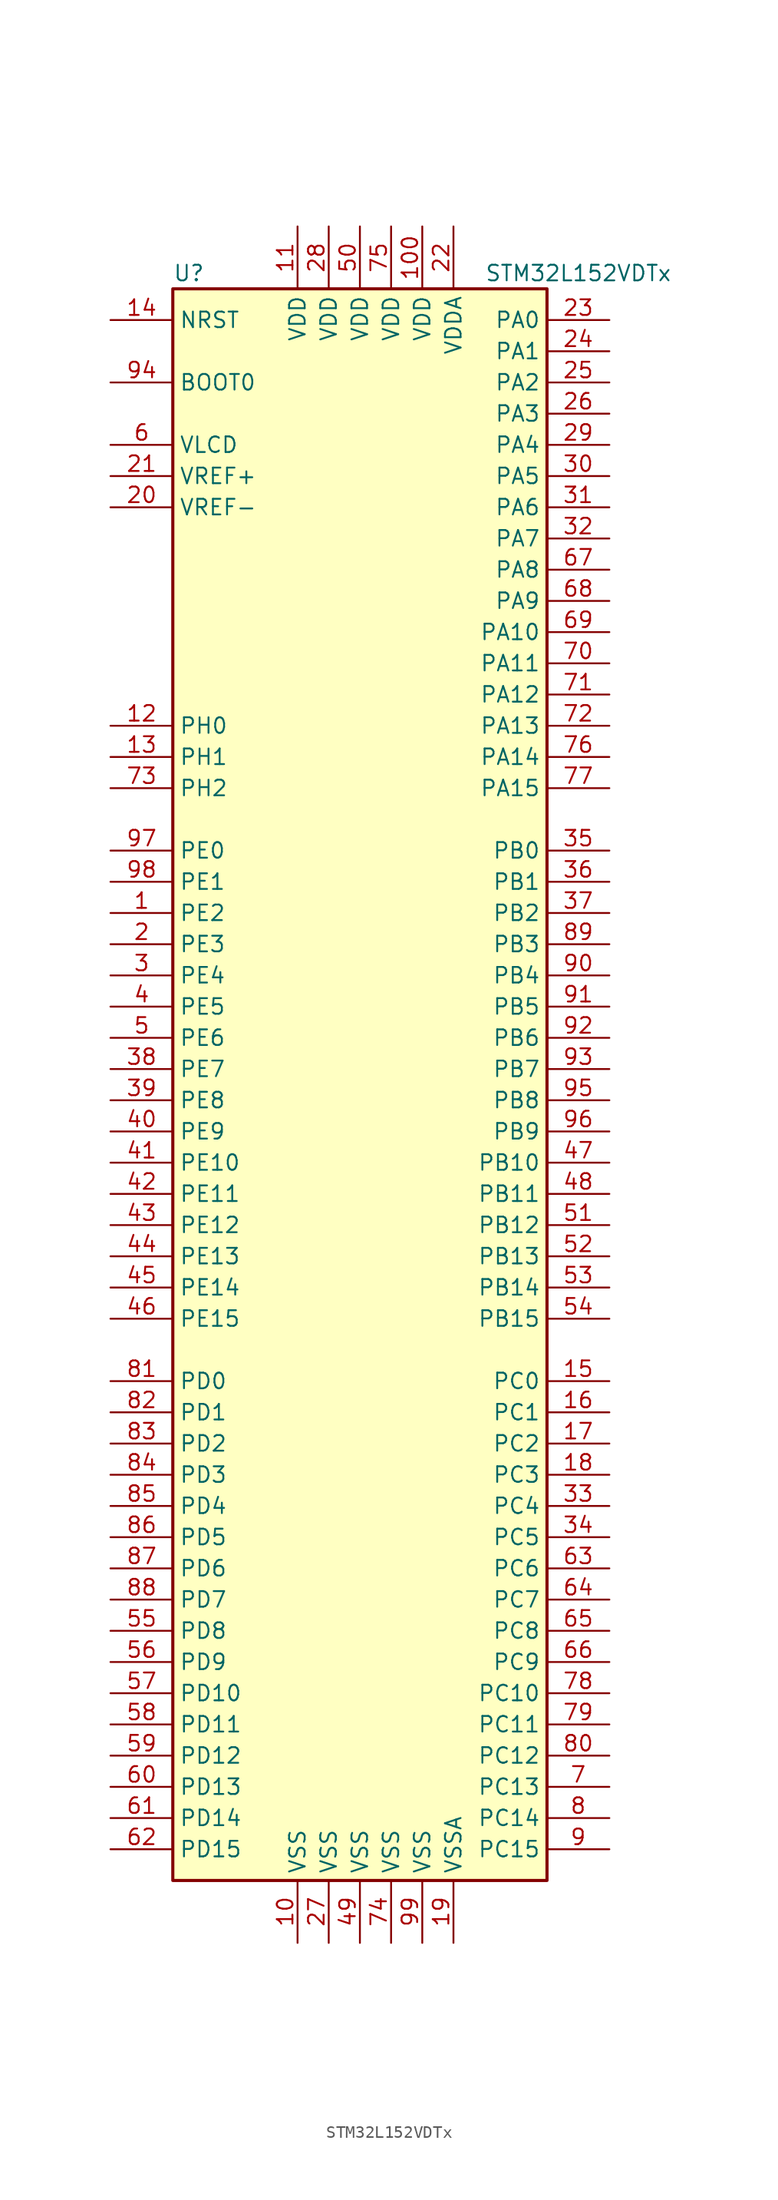
<source format=kicad_sym>
(kicad_symbol_lib
  (version 20211014)
  (generator kicad_symbol_editor)
  (symbol "STM32L152VDTx"
    (property "Reference" "U"
      (at -15.24 64.77 0)
      (effects (font (size 1.27 1.27)) (justify left)))
    (property "Value" "STM32L152VDTx"
      (at 10.16 64.77 0)
      (effects (font (size 1.27 1.27)) (justify left)))
    (symbol "STM32L152VDTx_0_1"
      (rectangle (start -15.24 -66.04) (end 15.24 63.5) (stroke (width 0.254) (type default) (color 0 0 0 0)) (fill (type background))))
    (symbol "STM32L152VDTx_1_1"
      (pin bidirectional line (at -20.32 12.7 0) (length 5.08) (name "PE2" (effects (font (size 1.27 1.27)))) (number "1" (effects (font (size 1.27 1.27)))))
      (pin power_in line (at -5.08 -71.12 90) (length 5.08) (name "VSS" (effects (font (size 1.27 1.27)))) (number "10" (effects (font (size 1.27 1.27)))))
      (pin power_in line (at 5.08 68.58 270) (length 5.08) (name "VDD" (effects (font (size 1.27 1.27)))) (number "100" (effects (font (size 1.27 1.27)))))
      (pin power_in line (at -5.08 68.58 270) (length 5.08) (name "VDD" (effects (font (size 1.27 1.27)))) (number "11" (effects (font (size 1.27 1.27)))))
      (pin input line (at -20.32 27.94 0) (length 5.08) (name "PH0" (effects (font (size 1.27 1.27)))) (number "12" (effects (font (size 1.27 1.27)))))
      (pin input line (at -20.32 25.4 0) (length 5.08) (name "PH1" (effects (font (size 1.27 1.27)))) (number "13" (effects (font (size 1.27 1.27)))))
      (pin input line (at -20.32 60.96 0) (length 5.08) (name "NRST" (effects (font (size 1.27 1.27)))) (number "14" (effects (font (size 1.27 1.27)))))
      (pin bidirectional line (at 20.32 -25.4 180) (length 5.08) (name "PC0" (effects (font (size 1.27 1.27)))) (number "15" (effects (font (size 1.27 1.27)))))
      (pin bidirectional line (at 20.32 -27.94 180) (length 5.08) (name "PC1" (effects (font (size 1.27 1.27)))) (number "16" (effects (font (size 1.27 1.27)))))
      (pin bidirectional line (at 20.32 -30.48 180) (length 5.08) (name "PC2" (effects (font (size 1.27 1.27)))) (number "17" (effects (font (size 1.27 1.27)))))
      (pin bidirectional line (at 20.32 -33.02 180) (length 5.08) (name "PC3" (effects (font (size 1.27 1.27)))) (number "18" (effects (font (size 1.27 1.27)))))
      (pin power_in line (at 7.62 -71.12 90) (length 5.08) (name "VSSA" (effects (font (size 1.27 1.27)))) (number "19" (effects (font (size 1.27 1.27)))))
      (pin bidirectional line (at -20.32 10.16 0) (length 5.08) (name "PE3" (effects (font (size 1.27 1.27)))) (number "2" (effects (font (size 1.27 1.27)))))
      (pin power_in line (at -20.32 45.72 0) (length 5.08) (name "VREF-" (effects (font (size 1.27 1.27)))) (number "20" (effects (font (size 1.27 1.27)))))
      (pin power_in line (at -20.32 48.26 0) (length 5.08) (name "VREF+" (effects (font (size 1.27 1.27)))) (number "21" (effects (font (size 1.27 1.27)))))
      (pin power_in line (at 7.62 68.58 270) (length 5.08) (name "VDDA" (effects (font (size 1.27 1.27)))) (number "22" (effects (font (size 1.27 1.27)))))
      (pin bidirectional line (at 20.32 60.96 180) (length 5.08) (name "PA0" (effects (font (size 1.27 1.27)))) (number "23" (effects (font (size 1.27 1.27)))))
      (pin bidirectional line (at 20.32 58.42 180) (length 5.08) (name "PA1" (effects (font (size 1.27 1.27)))) (number "24" (effects (font (size 1.27 1.27)))))
      (pin bidirectional line (at 20.32 55.88 180) (length 5.08) (name "PA2" (effects (font (size 1.27 1.27)))) (number "25" (effects (font (size 1.27 1.27)))))
      (pin bidirectional line (at 20.32 53.34 180) (length 5.08) (name "PA3" (effects (font (size 1.27 1.27)))) (number "26" (effects (font (size 1.27 1.27)))))
      (pin power_in line (at -2.54 -71.12 90) (length 5.08) (name "VSS" (effects (font (size 1.27 1.27)))) (number "27" (effects (font (size 1.27 1.27)))))
      (pin power_in line (at -2.54 68.58 270) (length 5.08) (name "VDD" (effects (font (size 1.27 1.27)))) (number "28" (effects (font (size 1.27 1.27)))))
      (pin bidirectional line (at 20.32 50.8 180) (length 5.08) (name "PA4" (effects (font (size 1.27 1.27)))) (number "29" (effects (font (size 1.27 1.27)))))
      (pin bidirectional line (at -20.32 7.62 0) (length 5.08) (name "PE4" (effects (font (size 1.27 1.27)))) (number "3" (effects (font (size 1.27 1.27)))))
      (pin bidirectional line (at 20.32 48.26 180) (length 5.08) (name "PA5" (effects (font (size 1.27 1.27)))) (number "30" (effects (font (size 1.27 1.27)))))
      (pin bidirectional line (at 20.32 45.72 180) (length 5.08) (name "PA6" (effects (font (size 1.27 1.27)))) (number "31" (effects (font (size 1.27 1.27)))))
      (pin bidirectional line (at 20.32 43.18 180) (length 5.08) (name "PA7" (effects (font (size 1.27 1.27)))) (number "32" (effects (font (size 1.27 1.27)))))
      (pin bidirectional line (at 20.32 -35.56 180) (length 5.08) (name "PC4" (effects (font (size 1.27 1.27)))) (number "33" (effects (font (size 1.27 1.27)))))
      (pin bidirectional line (at 20.32 -38.1 180) (length 5.08) (name "PC5" (effects (font (size 1.27 1.27)))) (number "34" (effects (font (size 1.27 1.27)))))
      (pin bidirectional line (at 20.32 17.78 180) (length 5.08) (name "PB0" (effects (font (size 1.27 1.27)))) (number "35" (effects (font (size 1.27 1.27)))))
      (pin bidirectional line (at 20.32 15.24 180) (length 5.08) (name "PB1" (effects (font (size 1.27 1.27)))) (number "36" (effects (font (size 1.27 1.27)))))
      (pin bidirectional line (at 20.32 12.7 180) (length 5.08) (name "PB2" (effects (font (size 1.27 1.27)))) (number "37" (effects (font (size 1.27 1.27)))))
      (pin bidirectional line (at -20.32 0 0) (length 5.08) (name "PE7" (effects (font (size 1.27 1.27)))) (number "38" (effects (font (size 1.27 1.27)))))
      (pin bidirectional line (at -20.32 -2.54 0) (length 5.08) (name "PE8" (effects (font (size 1.27 1.27)))) (number "39" (effects (font (size 1.27 1.27)))))
      (pin bidirectional line (at -20.32 5.08 0) (length 5.08) (name "PE5" (effects (font (size 1.27 1.27)))) (number "4" (effects (font (size 1.27 1.27)))))
      (pin bidirectional line (at -20.32 -5.08 0) (length 5.08) (name "PE9" (effects (font (size 1.27 1.27)))) (number "40" (effects (font (size 1.27 1.27)))))
      (pin bidirectional line (at -20.32 -7.62 0) (length 5.08) (name "PE10" (effects (font (size 1.27 1.27)))) (number "41" (effects (font (size 1.27 1.27)))))
      (pin bidirectional line (at -20.32 -10.16 0) (length 5.08) (name "PE11" (effects (font (size 1.27 1.27)))) (number "42" (effects (font (size 1.27 1.27)))))
      (pin bidirectional line (at -20.32 -12.7 0) (length 5.08) (name "PE12" (effects (font (size 1.27 1.27)))) (number "43" (effects (font (size 1.27 1.27)))))
      (pin bidirectional line (at -20.32 -15.24 0) (length 5.08) (name "PE13" (effects (font (size 1.27 1.27)))) (number "44" (effects (font (size 1.27 1.27)))))
      (pin bidirectional line (at -20.32 -17.78 0) (length 5.08) (name "PE14" (effects (font (size 1.27 1.27)))) (number "45" (effects (font (size 1.27 1.27)))))
      (pin bidirectional line (at -20.32 -20.32 0) (length 5.08) (name "PE15" (effects (font (size 1.27 1.27)))) (number "46" (effects (font (size 1.27 1.27)))))
      (pin bidirectional line (at 20.32 -7.62 180) (length 5.08) (name "PB10" (effects (font (size 1.27 1.27)))) (number "47" (effects (font (size 1.27 1.27)))))
      (pin bidirectional line (at 20.32 -10.16 180) (length 5.08) (name "PB11" (effects (font (size 1.27 1.27)))) (number "48" (effects (font (size 1.27 1.27)))))
      (pin power_in line (at 0 -71.12 90) (length 5.08) (name "VSS" (effects (font (size 1.27 1.27)))) (number "49" (effects (font (size 1.27 1.27)))))
      (pin bidirectional line (at -20.32 2.54 0) (length 5.08) (name "PE6" (effects (font (size 1.27 1.27)))) (number "5" (effects (font (size 1.27 1.27)))))
      (pin power_in line (at 0 68.58 270) (length 5.08) (name "VDD" (effects (font (size 1.27 1.27)))) (number "50" (effects (font (size 1.27 1.27)))))
      (pin bidirectional line (at 20.32 -12.7 180) (length 5.08) (name "PB12" (effects (font (size 1.27 1.27)))) (number "51" (effects (font (size 1.27 1.27)))))
      (pin bidirectional line (at 20.32 -15.24 180) (length 5.08) (name "PB13" (effects (font (size 1.27 1.27)))) (number "52" (effects (font (size 1.27 1.27)))))
      (pin bidirectional line (at 20.32 -17.78 180) (length 5.08) (name "PB14" (effects (font (size 1.27 1.27)))) (number "53" (effects (font (size 1.27 1.27)))))
      (pin bidirectional line (at 20.32 -20.32 180) (length 5.08) (name "PB15" (effects (font (size 1.27 1.27)))) (number "54" (effects (font (size 1.27 1.27)))))
      (pin bidirectional line (at -20.32 -45.72 0) (length 5.08) (name "PD8" (effects (font (size 1.27 1.27)))) (number "55" (effects (font (size 1.27 1.27)))))
      (pin bidirectional line (at -20.32 -48.26 0) (length 5.08) (name "PD9" (effects (font (size 1.27 1.27)))) (number "56" (effects (font (size 1.27 1.27)))))
      (pin bidirectional line (at -20.32 -50.8 0) (length 5.08) (name "PD10" (effects (font (size 1.27 1.27)))) (number "57" (effects (font (size 1.27 1.27)))))
      (pin bidirectional line (at -20.32 -53.34 0) (length 5.08) (name "PD11" (effects (font (size 1.27 1.27)))) (number "58" (effects (font (size 1.27 1.27)))))
      (pin bidirectional line (at -20.32 -55.88 0) (length 5.08) (name "PD12" (effects (font (size 1.27 1.27)))) (number "59" (effects (font (size 1.27 1.27)))))
      (pin power_in line (at -20.32 50.8 0) (length 5.08) (name "VLCD" (effects (font (size 1.27 1.27)))) (number "6" (effects (font (size 1.27 1.27)))))
      (pin bidirectional line (at -20.32 -58.42 0) (length 5.08) (name "PD13" (effects (font (size 1.27 1.27)))) (number "60" (effects (font (size 1.27 1.27)))))
      (pin bidirectional line (at -20.32 -60.96 0) (length 5.08) (name "PD14" (effects (font (size 1.27 1.27)))) (number "61" (effects (font (size 1.27 1.27)))))
      (pin bidirectional line (at -20.32 -63.5 0) (length 5.08) (name "PD15" (effects (font (size 1.27 1.27)))) (number "62" (effects (font (size 1.27 1.27)))))
      (pin bidirectional line (at 20.32 -40.64 180) (length 5.08) (name "PC6" (effects (font (size 1.27 1.27)))) (number "63" (effects (font (size 1.27 1.27)))))
      (pin bidirectional line (at 20.32 -43.18 180) (length 5.08) (name "PC7" (effects (font (size 1.27 1.27)))) (number "64" (effects (font (size 1.27 1.27)))))
      (pin bidirectional line (at 20.32 -45.72 180) (length 5.08) (name "PC8" (effects (font (size 1.27 1.27)))) (number "65" (effects (font (size 1.27 1.27)))))
      (pin bidirectional line (at 20.32 -48.26 180) (length 5.08) (name "PC9" (effects (font (size 1.27 1.27)))) (number "66" (effects (font (size 1.27 1.27)))))
      (pin bidirectional line (at 20.32 40.64 180) (length 5.08) (name "PA8" (effects (font (size 1.27 1.27)))) (number "67" (effects (font (size 1.27 1.27)))))
      (pin bidirectional line (at 20.32 38.1 180) (length 5.08) (name "PA9" (effects (font (size 1.27 1.27)))) (number "68" (effects (font (size 1.27 1.27)))))
      (pin bidirectional line (at 20.32 35.56 180) (length 5.08) (name "PA10" (effects (font (size 1.27 1.27)))) (number "69" (effects (font (size 1.27 1.27)))))
      (pin bidirectional line (at 20.32 -58.42 180) (length 5.08) (name "PC13" (effects (font (size 1.27 1.27)))) (number "7" (effects (font (size 1.27 1.27)))))
      (pin bidirectional line (at 20.32 33.02 180) (length 5.08) (name "PA11" (effects (font (size 1.27 1.27)))) (number "70" (effects (font (size 1.27 1.27)))))
      (pin bidirectional line (at 20.32 30.48 180) (length 5.08) (name "PA12" (effects (font (size 1.27 1.27)))) (number "71" (effects (font (size 1.27 1.27)))))
      (pin bidirectional line (at 20.32 27.94 180) (length 5.08) (name "PA13" (effects (font (size 1.27 1.27)))) (number "72" (effects (font (size 1.27 1.27)))))
      (pin bidirectional line (at -20.32 22.86 0) (length 5.08) (name "PH2" (effects (font (size 1.27 1.27)))) (number "73" (effects (font (size 1.27 1.27)))))
      (pin power_in line (at 2.54 -71.12 90) (length 5.08) (name "VSS" (effects (font (size 1.27 1.27)))) (number "74" (effects (font (size 1.27 1.27)))))
      (pin power_in line (at 2.54 68.58 270) (length 5.08) (name "VDD" (effects (font (size 1.27 1.27)))) (number "75" (effects (font (size 1.27 1.27)))))
      (pin bidirectional line (at 20.32 25.4 180) (length 5.08) (name "PA14" (effects (font (size 1.27 1.27)))) (number "76" (effects (font (size 1.27 1.27)))))
      (pin bidirectional line (at 20.32 22.86 180) (length 5.08) (name "PA15" (effects (font (size 1.27 1.27)))) (number "77" (effects (font (size 1.27 1.27)))))
      (pin bidirectional line (at 20.32 -50.8 180) (length 5.08) (name "PC10" (effects (font (size 1.27 1.27)))) (number "78" (effects (font (size 1.27 1.27)))))
      (pin bidirectional line (at 20.32 -53.34 180) (length 5.08) (name "PC11" (effects (font (size 1.27 1.27)))) (number "79" (effects (font (size 1.27 1.27)))))
      (pin bidirectional line (at 20.32 -60.96 180) (length 5.08) (name "PC14" (effects (font (size 1.27 1.27)))) (number "8" (effects (font (size 1.27 1.27)))))
      (pin bidirectional line (at 20.32 -55.88 180) (length 5.08) (name "PC12" (effects (font (size 1.27 1.27)))) (number "80" (effects (font (size 1.27 1.27)))))
      (pin bidirectional line (at -20.32 -25.4 0) (length 5.08) (name "PD0" (effects (font (size 1.27 1.27)))) (number "81" (effects (font (size 1.27 1.27)))))
      (pin bidirectional line (at -20.32 -27.94 0) (length 5.08) (name "PD1" (effects (font (size 1.27 1.27)))) (number "82" (effects (font (size 1.27 1.27)))))
      (pin bidirectional line (at -20.32 -30.48 0) (length 5.08) (name "PD2" (effects (font (size 1.27 1.27)))) (number "83" (effects (font (size 1.27 1.27)))))
      (pin bidirectional line (at -20.32 -33.02 0) (length 5.08) (name "PD3" (effects (font (size 1.27 1.27)))) (number "84" (effects (font (size 1.27 1.27)))))
      (pin bidirectional line (at -20.32 -35.56 0) (length 5.08) (name "PD4" (effects (font (size 1.27 1.27)))) (number "85" (effects (font (size 1.27 1.27)))))
      (pin bidirectional line (at -20.32 -38.1 0) (length 5.08) (name "PD5" (effects (font (size 1.27 1.27)))) (number "86" (effects (font (size 1.27 1.27)))))
      (pin bidirectional line (at -20.32 -40.64 0) (length 5.08) (name "PD6" (effects (font (size 1.27 1.27)))) (number "87" (effects (font (size 1.27 1.27)))))
      (pin bidirectional line (at -20.32 -43.18 0) (length 5.08) (name "PD7" (effects (font (size 1.27 1.27)))) (number "88" (effects (font (size 1.27 1.27)))))
      (pin bidirectional line (at 20.32 10.16 180) (length 5.08) (name "PB3" (effects (font (size 1.27 1.27)))) (number "89" (effects (font (size 1.27 1.27)))))
      (pin bidirectional line (at 20.32 -63.5 180) (length 5.08) (name "PC15" (effects (font (size 1.27 1.27)))) (number "9" (effects (font (size 1.27 1.27)))))
      (pin bidirectional line (at 20.32 7.62 180) (length 5.08) (name "PB4" (effects (font (size 1.27 1.27)))) (number "90" (effects (font (size 1.27 1.27)))))
      (pin bidirectional line (at 20.32 5.08 180) (length 5.08) (name "PB5" (effects (font (size 1.27 1.27)))) (number "91" (effects (font (size 1.27 1.27)))))
      (pin bidirectional line (at 20.32 2.54 180) (length 5.08) (name "PB6" (effects (font (size 1.27 1.27)))) (number "92" (effects (font (size 1.27 1.27)))))
      (pin bidirectional line (at 20.32 0 180) (length 5.08) (name "PB7" (effects (font (size 1.27 1.27)))) (number "93" (effects (font (size 1.27 1.27)))))
      (pin input line (at -20.32 55.88 0) (length 5.08) (name "BOOT0" (effects (font (size 1.27 1.27)))) (number "94" (effects (font (size 1.27 1.27)))))
      (pin bidirectional line (at 20.32 -2.54 180) (length 5.08) (name "PB8" (effects (font (size 1.27 1.27)))) (number "95" (effects (font (size 1.27 1.27)))))
      (pin bidirectional line (at 20.32 -5.08 180) (length 5.08) (name "PB9" (effects (font (size 1.27 1.27)))) (number "96" (effects (font (size 1.27 1.27)))))
      (pin bidirectional line (at -20.32 17.78 0) (length 5.08) (name "PE0" (effects (font (size 1.27 1.27)))) (number "97" (effects (font (size 1.27 1.27)))))
      (pin bidirectional line (at -20.32 15.24 0) (length 5.08) (name "PE1" (effects (font (size 1.27 1.27)))) (number "98" (effects (font (size 1.27 1.27)))))
      (pin power_in line (at 5.08 -71.12 90) (length 5.08) (name "VSS" (effects (font (size 1.27 1.27)))) (number "99" (effects (font (size 1.27 1.27))))))))
</source>
